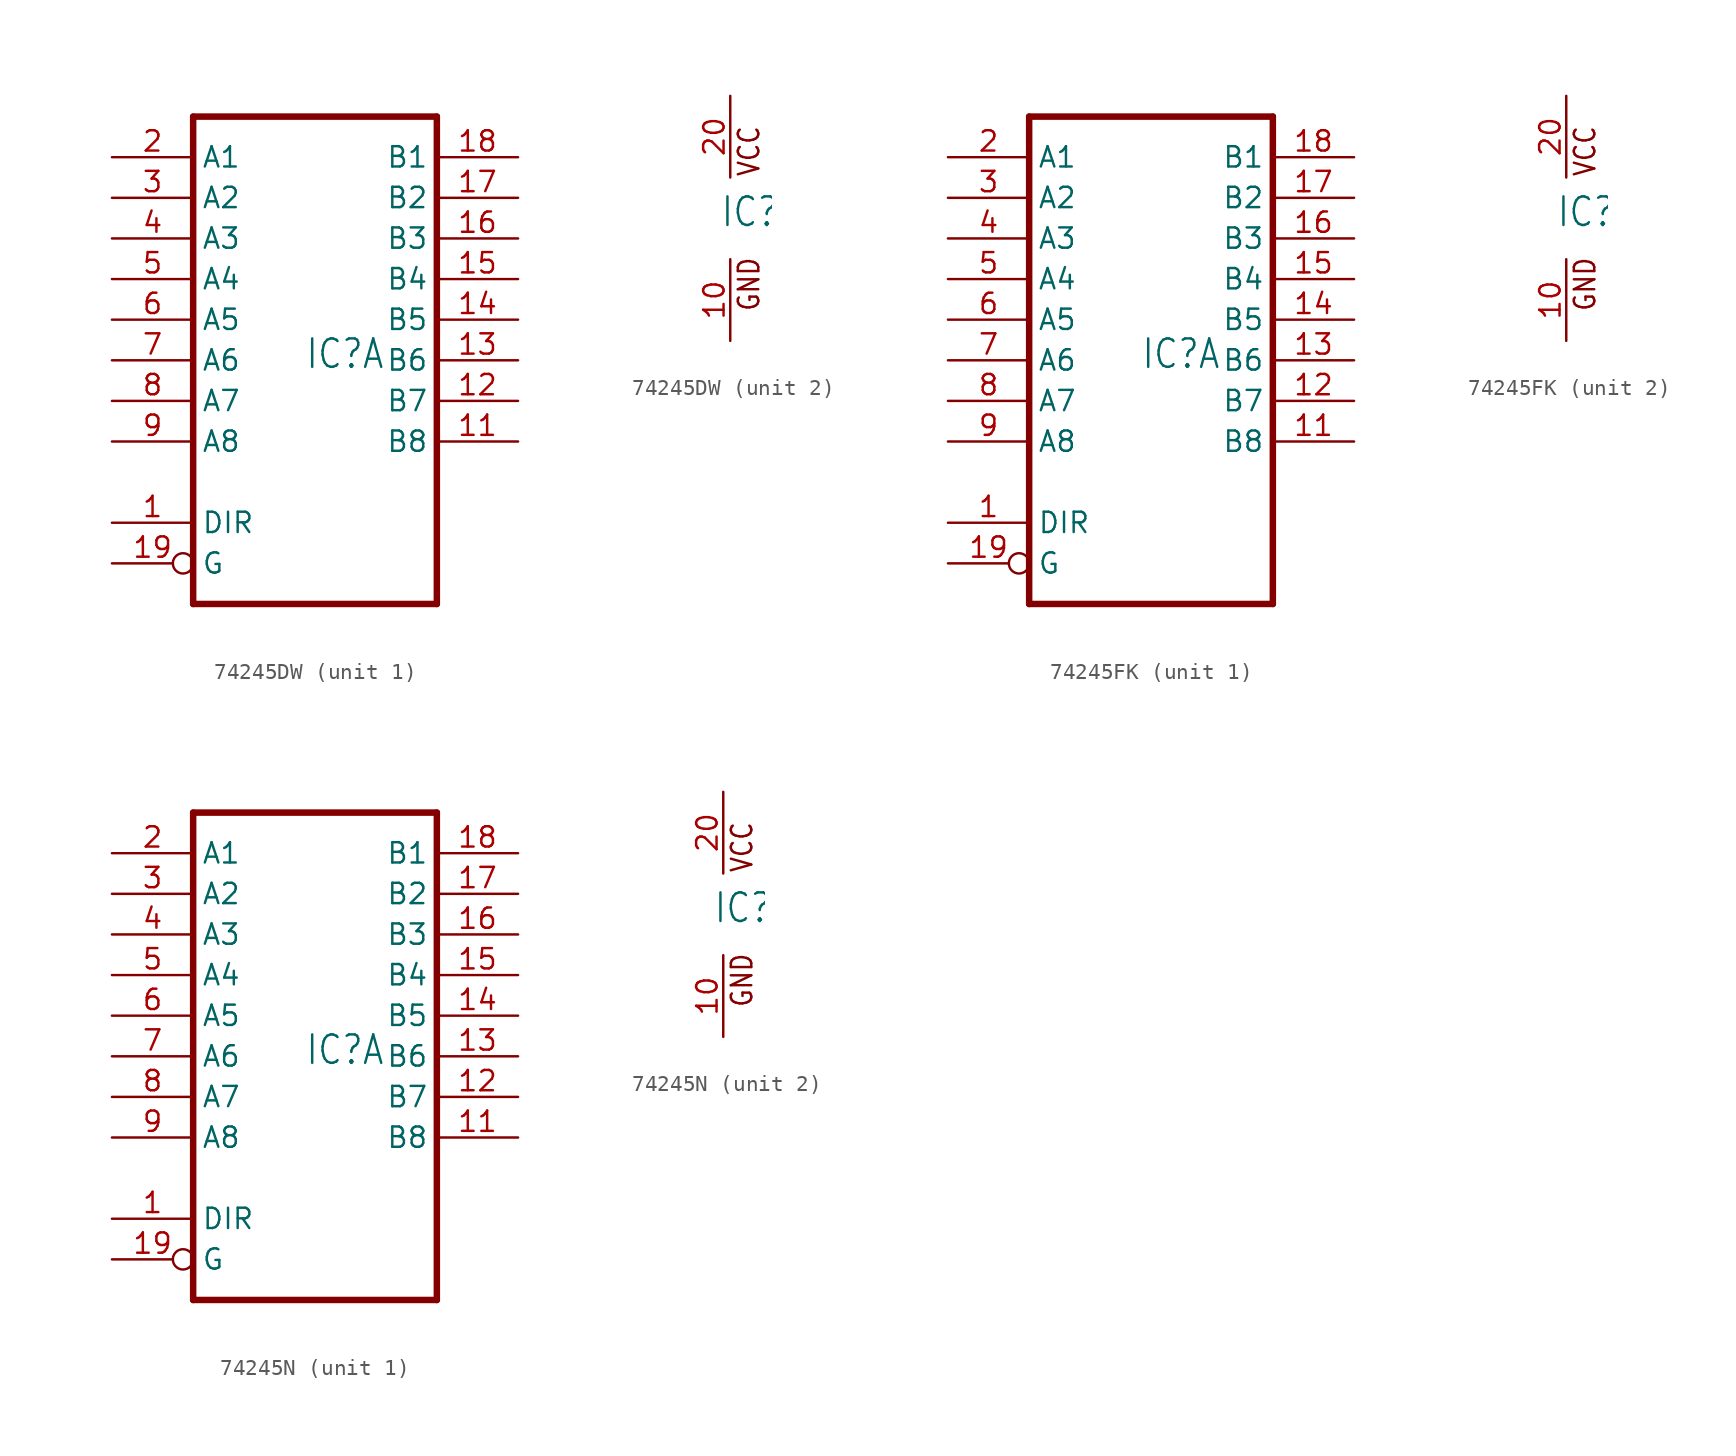
<source format=kicad_sym>
(kicad_symbol_lib
  (version 20211014)
  (generator kicad_symbol_editor)
  (symbol "74245DW"
    (property "Reference" "IC"
      (at -0.635 -0.635 0)
      (effects (font (size 1.778 1.511)) (justify left bottom)))
    (property "ki_locked" ""
      (at 0 0 0)
      (effects (font (size 1.27 1.27))))
    (symbol "74245DW_1_0"
      (polyline (pts (xy -7.62 -15.24) (xy 7.62 -15.24)) (stroke (width 0.406) (type default) (color 0 0 0 0)) (fill (type none)))
      (polyline (pts (xy -7.62 15.24) (xy -7.62 -15.24)) (stroke (width 0.406) (type default) (color 0 0 0 0)) (fill (type none)))
      (polyline (pts (xy 7.62 -15.24) (xy 7.62 15.24)) (stroke (width 0.406) (type default) (color 0 0 0 0)) (fill (type none)))
      (polyline (pts (xy 7.62 15.24) (xy -7.62 15.24)) (stroke (width 0.406) (type default) (color 0 0 0 0)) (fill (type none)))
      (pin input line (at -12.7 -10.16 0) (length 5.08) (name "DIR" (effects (font (size 1.27 1.27)))) (number "1" (effects (font (size 1.27 1.27)))))
      (pin bidirectional line (at 12.7 -5.08 180) (length 5.08) (name "B8" (effects (font (size 1.27 1.27)))) (number "11" (effects (font (size 1.27 1.27)))))
      (pin bidirectional line (at 12.7 -2.54 180) (length 5.08) (name "B7" (effects (font (size 1.27 1.27)))) (number "12" (effects (font (size 1.27 1.27)))))
      (pin bidirectional line (at 12.7 0 180) (length 5.08) (name "B6" (effects (font (size 1.27 1.27)))) (number "13" (effects (font (size 1.27 1.27)))))
      (pin bidirectional line (at 12.7 2.54 180) (length 5.08) (name "B5" (effects (font (size 1.27 1.27)))) (number "14" (effects (font (size 1.27 1.27)))))
      (pin bidirectional line (at 12.7 5.08 180) (length 5.08) (name "B4" (effects (font (size 1.27 1.27)))) (number "15" (effects (font (size 1.27 1.27)))))
      (pin bidirectional line (at 12.7 7.62 180) (length 5.08) (name "B3" (effects (font (size 1.27 1.27)))) (number "16" (effects (font (size 1.27 1.27)))))
      (pin bidirectional line (at 12.7 10.16 180) (length 5.08) (name "B2" (effects (font (size 1.27 1.27)))) (number "17" (effects (font (size 1.27 1.27)))))
      (pin bidirectional line (at 12.7 12.7 180) (length 5.08) (name "B1" (effects (font (size 1.27 1.27)))) (number "18" (effects (font (size 1.27 1.27)))))
      (pin input inverted (at -12.7 -12.7 0) (length 5.08) (name "G" (effects (font (size 1.27 1.27)))) (number "19" (effects (font (size 1.27 1.27)))))
      (pin bidirectional line (at -12.7 12.7 0) (length 5.08) (name "A1" (effects (font (size 1.27 1.27)))) (number "2" (effects (font (size 1.27 1.27)))))
      (pin bidirectional line (at -12.7 10.16 0) (length 5.08) (name "A2" (effects (font (size 1.27 1.27)))) (number "3" (effects (font (size 1.27 1.27)))))
      (pin bidirectional line (at -12.7 7.62 0) (length 5.08) (name "A3" (effects (font (size 1.27 1.27)))) (number "4" (effects (font (size 1.27 1.27)))))
      (pin bidirectional line (at -12.7 5.08 0) (length 5.08) (name "A4" (effects (font (size 1.27 1.27)))) (number "5" (effects (font (size 1.27 1.27)))))
      (pin bidirectional line (at -12.7 2.54 0) (length 5.08) (name "A5" (effects (font (size 1.27 1.27)))) (number "6" (effects (font (size 1.27 1.27)))))
      (pin bidirectional line (at -12.7 0 0) (length 5.08) (name "A6" (effects (font (size 1.27 1.27)))) (number "7" (effects (font (size 1.27 1.27)))))
      (pin bidirectional line (at -12.7 -2.54 0) (length 5.08) (name "A7" (effects (font (size 1.27 1.27)))) (number "8" (effects (font (size 1.27 1.27)))))
      (pin bidirectional line (at -12.7 -5.08 0) (length 5.08) (name "A8" (effects (font (size 1.27 1.27)))) (number "9" (effects (font (size 1.27 1.27))))))
    (symbol "74245DW_2_0"
      (text "GND" (at 1.905 -5.842 900) (effects (font (size 1.27 1.079)) (justify left bottom)))
      (text "VCC" (at 1.905 2.54 900) (effects (font (size 1.27 1.079)) (justify left bottom)))
      (pin power_in line (at 0 -7.62 90) (length 5.08) (name "GND" (effects (font (size 0 0)))) (number "10" (effects (font (size 1.27 1.27)))))
      (pin power_in line (at 0 7.62 270) (length 5.08) (name "VCC" (effects (font (size 0 0)))) (number "20" (effects (font (size 1.27 1.27)))))))
  (symbol "74245FK"
    (property "Reference" "IC"
      (at -0.635 -0.635 0)
      (effects (font (size 1.778 1.511)) (justify left bottom)))
    (property "ki_locked" ""
      (at 0 0 0)
      (effects (font (size 1.27 1.27))))
    (symbol "74245FK_1_0"
      (polyline (pts (xy -7.62 -15.24) (xy 7.62 -15.24)) (stroke (width 0.406) (type default) (color 0 0 0 0)) (fill (type none)))
      (polyline (pts (xy -7.62 15.24) (xy -7.62 -15.24)) (stroke (width 0.406) (type default) (color 0 0 0 0)) (fill (type none)))
      (polyline (pts (xy 7.62 -15.24) (xy 7.62 15.24)) (stroke (width 0.406) (type default) (color 0 0 0 0)) (fill (type none)))
      (polyline (pts (xy 7.62 15.24) (xy -7.62 15.24)) (stroke (width 0.406) (type default) (color 0 0 0 0)) (fill (type none)))
      (pin input line (at -12.7 -10.16 0) (length 5.08) (name "DIR" (effects (font (size 1.27 1.27)))) (number "1" (effects (font (size 1.27 1.27)))))
      (pin bidirectional line (at 12.7 -5.08 180) (length 5.08) (name "B8" (effects (font (size 1.27 1.27)))) (number "11" (effects (font (size 1.27 1.27)))))
      (pin bidirectional line (at 12.7 -2.54 180) (length 5.08) (name "B7" (effects (font (size 1.27 1.27)))) (number "12" (effects (font (size 1.27 1.27)))))
      (pin bidirectional line (at 12.7 0 180) (length 5.08) (name "B6" (effects (font (size 1.27 1.27)))) (number "13" (effects (font (size 1.27 1.27)))))
      (pin bidirectional line (at 12.7 2.54 180) (length 5.08) (name "B5" (effects (font (size 1.27 1.27)))) (number "14" (effects (font (size 1.27 1.27)))))
      (pin bidirectional line (at 12.7 5.08 180) (length 5.08) (name "B4" (effects (font (size 1.27 1.27)))) (number "15" (effects (font (size 1.27 1.27)))))
      (pin bidirectional line (at 12.7 7.62 180) (length 5.08) (name "B3" (effects (font (size 1.27 1.27)))) (number "16" (effects (font (size 1.27 1.27)))))
      (pin bidirectional line (at 12.7 10.16 180) (length 5.08) (name "B2" (effects (font (size 1.27 1.27)))) (number "17" (effects (font (size 1.27 1.27)))))
      (pin bidirectional line (at 12.7 12.7 180) (length 5.08) (name "B1" (effects (font (size 1.27 1.27)))) (number "18" (effects (font (size 1.27 1.27)))))
      (pin input inverted (at -12.7 -12.7 0) (length 5.08) (name "G" (effects (font (size 1.27 1.27)))) (number "19" (effects (font (size 1.27 1.27)))))
      (pin bidirectional line (at -12.7 12.7 0) (length 5.08) (name "A1" (effects (font (size 1.27 1.27)))) (number "2" (effects (font (size 1.27 1.27)))))
      (pin bidirectional line (at -12.7 10.16 0) (length 5.08) (name "A2" (effects (font (size 1.27 1.27)))) (number "3" (effects (font (size 1.27 1.27)))))
      (pin bidirectional line (at -12.7 7.62 0) (length 5.08) (name "A3" (effects (font (size 1.27 1.27)))) (number "4" (effects (font (size 1.27 1.27)))))
      (pin bidirectional line (at -12.7 5.08 0) (length 5.08) (name "A4" (effects (font (size 1.27 1.27)))) (number "5" (effects (font (size 1.27 1.27)))))
      (pin bidirectional line (at -12.7 2.54 0) (length 5.08) (name "A5" (effects (font (size 1.27 1.27)))) (number "6" (effects (font (size 1.27 1.27)))))
      (pin bidirectional line (at -12.7 0 0) (length 5.08) (name "A6" (effects (font (size 1.27 1.27)))) (number "7" (effects (font (size 1.27 1.27)))))
      (pin bidirectional line (at -12.7 -2.54 0) (length 5.08) (name "A7" (effects (font (size 1.27 1.27)))) (number "8" (effects (font (size 1.27 1.27)))))
      (pin bidirectional line (at -12.7 -5.08 0) (length 5.08) (name "A8" (effects (font (size 1.27 1.27)))) (number "9" (effects (font (size 1.27 1.27))))))
    (symbol "74245FK_2_0"
      (text "GND" (at 1.905 -5.842 900) (effects (font (size 1.27 1.079)) (justify left bottom)))
      (text "VCC" (at 1.905 2.54 900) (effects (font (size 1.27 1.079)) (justify left bottom)))
      (pin power_in line (at 0 -7.62 90) (length 5.08) (name "GND" (effects (font (size 0 0)))) (number "10" (effects (font (size 1.27 1.27)))))
      (pin power_in line (at 0 7.62 270) (length 5.08) (name "VCC" (effects (font (size 0 0)))) (number "20" (effects (font (size 1.27 1.27)))))))
  (symbol "74245N"
    (property "Reference" "IC"
      (at -0.635 -0.635 0)
      (effects (font (size 1.778 1.511)) (justify left bottom)))
    (property "ki_locked" ""
      (at 0 0 0)
      (effects (font (size 1.27 1.27))))
    (symbol "74245N_1_0"
      (polyline (pts (xy -7.62 -15.24) (xy 7.62 -15.24)) (stroke (width 0.406) (type default) (color 0 0 0 0)) (fill (type none)))
      (polyline (pts (xy -7.62 15.24) (xy -7.62 -15.24)) (stroke (width 0.406) (type default) (color 0 0 0 0)) (fill (type none)))
      (polyline (pts (xy 7.62 -15.24) (xy 7.62 15.24)) (stroke (width 0.406) (type default) (color 0 0 0 0)) (fill (type none)))
      (polyline (pts (xy 7.62 15.24) (xy -7.62 15.24)) (stroke (width 0.406) (type default) (color 0 0 0 0)) (fill (type none)))
      (pin input line (at -12.7 -10.16 0) (length 5.08) (name "DIR" (effects (font (size 1.27 1.27)))) (number "1" (effects (font (size 1.27 1.27)))))
      (pin bidirectional line (at 12.7 -5.08 180) (length 5.08) (name "B8" (effects (font (size 1.27 1.27)))) (number "11" (effects (font (size 1.27 1.27)))))
      (pin bidirectional line (at 12.7 -2.54 180) (length 5.08) (name "B7" (effects (font (size 1.27 1.27)))) (number "12" (effects (font (size 1.27 1.27)))))
      (pin bidirectional line (at 12.7 0 180) (length 5.08) (name "B6" (effects (font (size 1.27 1.27)))) (number "13" (effects (font (size 1.27 1.27)))))
      (pin bidirectional line (at 12.7 2.54 180) (length 5.08) (name "B5" (effects (font (size 1.27 1.27)))) (number "14" (effects (font (size 1.27 1.27)))))
      (pin bidirectional line (at 12.7 5.08 180) (length 5.08) (name "B4" (effects (font (size 1.27 1.27)))) (number "15" (effects (font (size 1.27 1.27)))))
      (pin bidirectional line (at 12.7 7.62 180) (length 5.08) (name "B3" (effects (font (size 1.27 1.27)))) (number "16" (effects (font (size 1.27 1.27)))))
      (pin bidirectional line (at 12.7 10.16 180) (length 5.08) (name "B2" (effects (font (size 1.27 1.27)))) (number "17" (effects (font (size 1.27 1.27)))))
      (pin bidirectional line (at 12.7 12.7 180) (length 5.08) (name "B1" (effects (font (size 1.27 1.27)))) (number "18" (effects (font (size 1.27 1.27)))))
      (pin input inverted (at -12.7 -12.7 0) (length 5.08) (name "G" (effects (font (size 1.27 1.27)))) (number "19" (effects (font (size 1.27 1.27)))))
      (pin bidirectional line (at -12.7 12.7 0) (length 5.08) (name "A1" (effects (font (size 1.27 1.27)))) (number "2" (effects (font (size 1.27 1.27)))))
      (pin bidirectional line (at -12.7 10.16 0) (length 5.08) (name "A2" (effects (font (size 1.27 1.27)))) (number "3" (effects (font (size 1.27 1.27)))))
      (pin bidirectional line (at -12.7 7.62 0) (length 5.08) (name "A3" (effects (font (size 1.27 1.27)))) (number "4" (effects (font (size 1.27 1.27)))))
      (pin bidirectional line (at -12.7 5.08 0) (length 5.08) (name "A4" (effects (font (size 1.27 1.27)))) (number "5" (effects (font (size 1.27 1.27)))))
      (pin bidirectional line (at -12.7 2.54 0) (length 5.08) (name "A5" (effects (font (size 1.27 1.27)))) (number "6" (effects (font (size 1.27 1.27)))))
      (pin bidirectional line (at -12.7 0 0) (length 5.08) (name "A6" (effects (font (size 1.27 1.27)))) (number "7" (effects (font (size 1.27 1.27)))))
      (pin bidirectional line (at -12.7 -2.54 0) (length 5.08) (name "A7" (effects (font (size 1.27 1.27)))) (number "8" (effects (font (size 1.27 1.27)))))
      (pin bidirectional line (at -12.7 -5.08 0) (length 5.08) (name "A8" (effects (font (size 1.27 1.27)))) (number "9" (effects (font (size 1.27 1.27))))))
    (symbol "74245N_2_0"
      (text "GND" (at 1.905 -5.842 900) (effects (font (size 1.27 1.079)) (justify left bottom)))
      (text "VCC" (at 1.905 2.54 900) (effects (font (size 1.27 1.079)) (justify left bottom)))
      (pin power_in line (at 0 -7.62 90) (length 5.08) (name "GND" (effects (font (size 0 0)))) (number "10" (effects (font (size 1.27 1.27)))))
      (pin power_in line (at 0 7.62 270) (length 5.08) (name "VCC" (effects (font (size 0 0)))) (number "20" (effects (font (size 1.27 1.27))))))))
</source>
